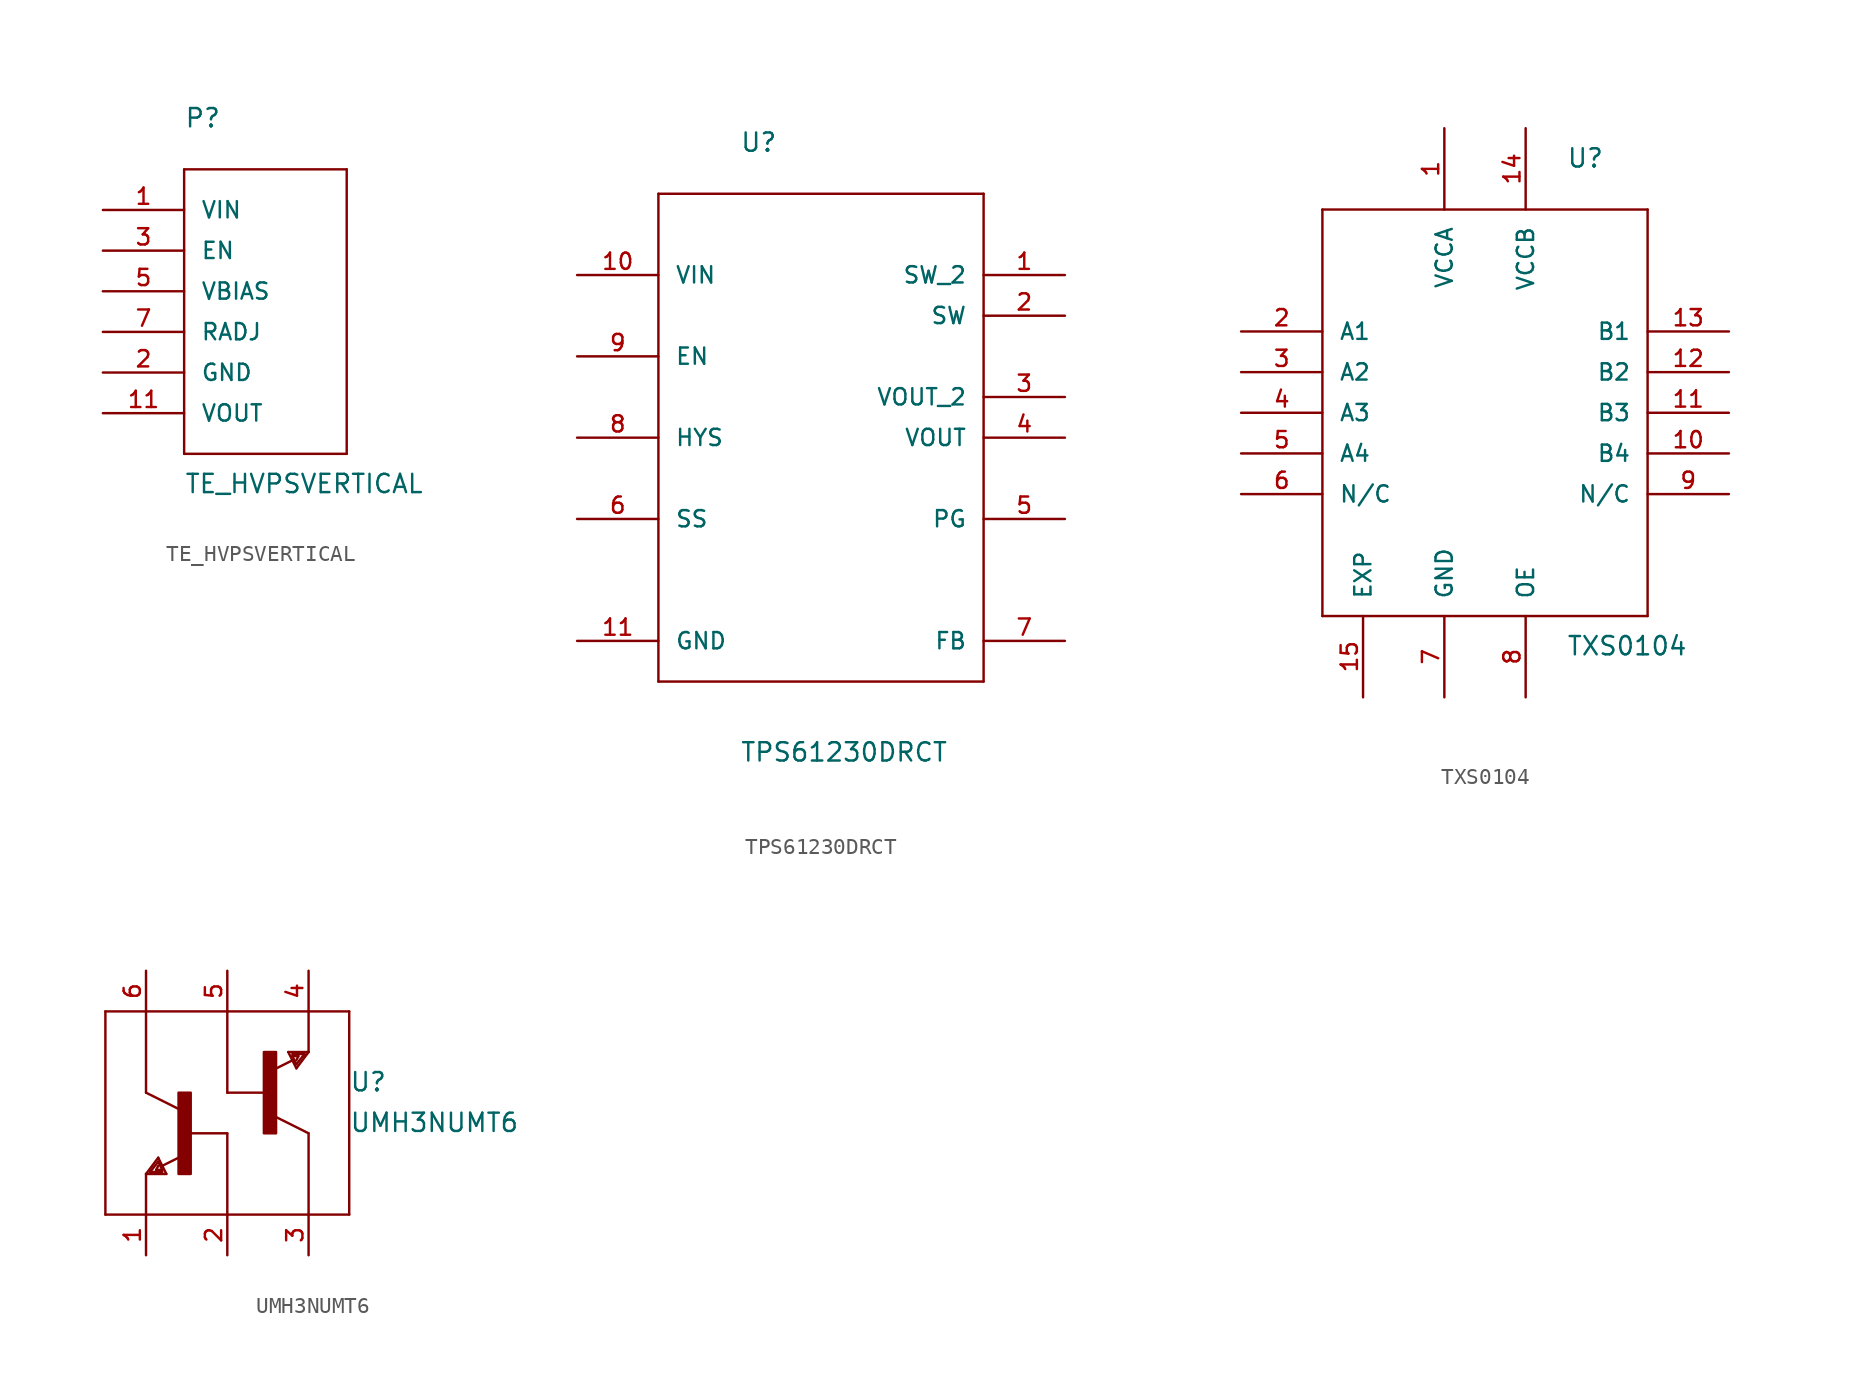
<source format=kicad_sym>
(kicad_symbol_lib
  (version 20241209)
  (generator "kicad_symbol_editor")
  (generator_version "9.0")
  (symbol "TE_HVPSVERTICAL"
    (pin_names
      (offset 1.016))
    (property "Reference" "P"
      (at -5.08 17.78 0)
      (effects (font (size 1.143 1.143)) (justify left bottom)))
    (property "Value" "TE_HVPSVERTICAL"
      (at -5.08 -5.08 0)
      (effects (font (size 1.143 1.143)) (justify left bottom)))
    (property "ki_locked" ""
      (at 0 0 0)
      (effects (font (size 1.27 1.27))))
    (symbol "TE_HVPSVERTICAL_1_0"
      (polyline (pts (xy -5.08 15.24) (xy -5.08 -2.54)) (stroke (width 0) (type solid)) (fill (type none)))
      (polyline (pts (xy -5.08 -2.54) (xy 5.08 -2.54)) (stroke (width 0) (type solid)) (fill (type none)))
      (polyline (pts (xy 5.08 15.24) (xy -5.08 15.24)) (stroke (width 0) (type solid)) (fill (type none)))
      (polyline (pts (xy 5.08 -2.54) (xy 5.08 15.24)) (stroke (width 0) (type solid)) (fill (type none))))
    (symbol "TE_HVPSVERTICAL_1_1"
      (pin power_in line (at -10.16 12.7 0) (length 5.08) (name "VIN" (effects (font (size 1.016 1.016)))) (number "1" (effects (font (size 1.016 1.016)))))
      (pin passive line (at -10.16 10.16 0) (length 5.08) (name "EN" (effects (font (size 1.016 1.016)))) (number "3" (effects (font (size 1.016 1.016)))))
      (pin power_in line (at -10.16 7.62 0) (length 5.08) (name "VBIAS" (effects (font (size 1.016 1.016)))) (number "5" (effects (font (size 1.016 1.016)))))
      (pin passive line (at -10.16 5.08 0) (length 5.08) (name "RADJ" (effects (font (size 1.016 1.016)))) (number "7" (effects (font (size 1.016 1.016)))))
      (pin power_in line (at -10.16 2.54 0) (length 5.08) (hide yes) (name "GND" (effects (font (size 1.016 1.016)))) (number "10" (effects (font (size 1.016 1.016)))))
      (pin power_in line (at -10.16 2.54 0) (length 5.08) (hide yes) (name "GND" (effects (font (size 1.016 1.016)))) (number "12" (effects (font (size 1.016 1.016)))))
      (pin power_in line (at -10.16 2.54 0) (length 5.08) (name "GND" (effects (font (size 1.016 1.016)))) (number "2" (effects (font (size 1.016 1.016)))))
      (pin power_in line (at -10.16 2.54 0) (length 5.08) (hide yes) (name "GND" (effects (font (size 1.016 1.016)))) (number "4" (effects (font (size 1.016 1.016)))))
      (pin power_in line (at -10.16 2.54 0) (length 5.08) (hide yes) (name "GND" (effects (font (size 1.016 1.016)))) (number "6" (effects (font (size 1.016 1.016)))))
      (pin power_in line (at -10.16 2.54 0) (length 5.08) (hide yes) (name "GND" (effects (font (size 1.016 1.016)))) (number "8" (effects (font (size 1.016 1.016)))))
      (pin power_in line (at -10.16 2.54 0) (length 5.08) (hide yes) (name "GND" (effects (font (size 1.016 1.016)))) (number "9" (effects (font (size 1.016 1.016)))))
      (pin power_in line (at -10.16 0 0) (length 5.08) (name "VOUT" (effects (font (size 1.016 1.016)))) (number "11" (effects (font (size 1.016 1.016)))))))
  (symbol "TPS61230DRCT"
    (pin_names
      (offset 1.016))
    (property "Reference" "U"
      (at -5.08 17.78 0)
      (effects (font (size 1.143 1.143)) (justify left bottom)))
    (property "Value" "TPS61230DRCT"
      (at -5.08 -20.32 0)
      (effects (font (size 1.143 1.143)) (justify left bottom)))
    (property "ki_locked" ""
      (at 0 0 0)
      (effects (font (size 1.27 1.27))))
    (symbol "TPS61230DRCT_1_0"
      (polyline (pts (xy -10.16 15.24) (xy -10.16 -15.24)) (stroke (width 0) (type solid)) (fill (type none)))
      (polyline (pts (xy -10.16 -15.24) (xy 10.16 -15.24)) (stroke (width 0) (type solid)) (fill (type none)))
      (polyline (pts (xy 10.16 15.24) (xy -10.16 15.24)) (stroke (width 0) (type solid)) (fill (type none)))
      (polyline (pts (xy 10.16 -15.24) (xy 10.16 15.24)) (stroke (width 0) (type solid)) (fill (type none))))
    (symbol "TPS61230DRCT_1_1"
      (pin power_in line (at -15.24 10.16 0) (length 5.08) (name "VIN" (effects (font (size 1.016 1.016)))) (number "10" (effects (font (size 1.016 1.016)))))
      (pin input line (at -15.24 5.08 0) (length 5.08) (name "EN" (effects (font (size 1.016 1.016)))) (number "9" (effects (font (size 1.016 1.016)))))
      (pin output line (at -15.24 0 0) (length 5.08) (name "HYS" (effects (font (size 1.016 1.016)))) (number "8" (effects (font (size 1.016 1.016)))))
      (pin input line (at -15.24 -5.08 0) (length 5.08) (name "SS" (effects (font (size 1.016 1.016)))) (number "6" (effects (font (size 1.016 1.016)))))
      (pin power_in line (at -15.24 -12.7 0) (length 5.08) (name "GND" (effects (font (size 1.016 1.016)))) (number "11" (effects (font (size 1.016 1.016)))))
      (pin power_in line (at 15.24 10.16 180) (length 5.08) (name "SW_2" (effects (font (size 1.016 1.016)))) (number "1" (effects (font (size 1.016 1.016)))))
      (pin power_in line (at 15.24 7.62 180) (length 5.08) (name "SW" (effects (font (size 1.016 1.016)))) (number "2" (effects (font (size 1.016 1.016)))))
      (pin power_in line (at 15.24 2.54 180) (length 5.08) (name "VOUT_2" (effects (font (size 1.016 1.016)))) (number "3" (effects (font (size 1.016 1.016)))))
      (pin power_in line (at 15.24 0 180) (length 5.08) (name "VOUT" (effects (font (size 1.016 1.016)))) (number "4" (effects (font (size 1.016 1.016)))))
      (pin output line (at 15.24 -5.08 180) (length 5.08) (name "PG" (effects (font (size 1.016 1.016)))) (number "5" (effects (font (size 1.016 1.016)))))
      (pin input line (at 15.24 -12.7 180) (length 5.08) (name "FB" (effects (font (size 1.016 1.016)))) (number "7" (effects (font (size 1.016 1.016)))))))
  (symbol "TXS0104"
    (pin_names
      (offset 1.016))
    (property "Reference" "U"
      (at 5.08 15.24 0)
      (effects (font (size 1.143 1.143)) (justify left bottom)))
    (property "Value" "TXS0104"
      (at 5.08 -15.24 0)
      (effects (font (size 1.143 1.143)) (justify left bottom)))
    (property "ki_locked" ""
      (at 0 0 0)
      (effects (font (size 1.27 1.27))))
    (symbol "TXS0104_1_0"
      (polyline (pts (xy -10.16 12.7) (xy -10.16 -12.7)) (stroke (width 0) (type solid)) (fill (type none)))
      (polyline (pts (xy -10.16 -12.7) (xy 10.16 -12.7)) (stroke (width 0) (type solid)) (fill (type none)))
      (polyline (pts (xy 10.16 12.7) (xy -10.16 12.7)) (stroke (width 0) (type solid)) (fill (type none)))
      (polyline (pts (xy 10.16 -12.7) (xy 10.16 12.7)) (stroke (width 0) (type solid)) (fill (type none))))
    (symbol "TXS0104_1_1"
      (pin passive line (at -15.24 5.08 0) (length 5.08) (name "A1" (effects (font (size 1.016 1.016)))) (number "2" (effects (font (size 1.016 1.016)))))
      (pin passive line (at -15.24 2.54 0) (length 5.08) (name "A2" (effects (font (size 1.016 1.016)))) (number "3" (effects (font (size 1.016 1.016)))))
      (pin passive line (at -15.24 0 0) (length 5.08) (name "A3" (effects (font (size 1.016 1.016)))) (number "4" (effects (font (size 1.016 1.016)))))
      (pin passive line (at -15.24 -2.54 0) (length 5.08) (name "A4" (effects (font (size 1.016 1.016)))) (number "5" (effects (font (size 1.016 1.016)))))
      (pin unspecified line (at -15.24 -5.08 0) (length 5.08) (name "N/C" (effects (font (size 1.016 1.016)))) (number "6" (effects (font (size 1.016 1.016)))))
      (pin power_in line (at -7.62 -17.78 90) (length 5.08) (name "EXP" (effects (font (size 1.016 1.016)))) (number "15" (effects (font (size 1.016 1.016)))))
      (pin power_in line (at -2.54 17.78 270) (length 5.08) (name "VCCA" (effects (font (size 1.016 1.016)))) (number "1" (effects (font (size 1.016 1.016)))))
      (pin power_in line (at -2.54 -17.78 90) (length 5.08) (name "GND" (effects (font (size 1.016 1.016)))) (number "7" (effects (font (size 1.016 1.016)))))
      (pin power_in line (at 2.54 17.78 270) (length 5.08) (name "VCCB" (effects (font (size 1.016 1.016)))) (number "14" (effects (font (size 1.016 1.016)))))
      (pin passive line (at 2.54 -17.78 90) (length 5.08) (name "OE" (effects (font (size 1.016 1.016)))) (number "8" (effects (font (size 1.016 1.016)))))
      (pin passive line (at 15.24 5.08 180) (length 5.08) (name "B1" (effects (font (size 1.016 1.016)))) (number "13" (effects (font (size 1.016 1.016)))))
      (pin passive line (at 15.24 2.54 180) (length 5.08) (name "B2" (effects (font (size 1.016 1.016)))) (number "12" (effects (font (size 1.016 1.016)))))
      (pin passive line (at 15.24 0 180) (length 5.08) (name "B3" (effects (font (size 1.016 1.016)))) (number "11" (effects (font (size 1.016 1.016)))))
      (pin passive line (at 15.24 -2.54 180) (length 5.08) (name "B4" (effects (font (size 1.016 1.016)))) (number "10" (effects (font (size 1.016 1.016)))))
      (pin unspecified line (at 15.24 -5.08 180) (length 5.08) (name "N/C" (effects (font (size 1.016 1.016)))) (number "9" (effects (font (size 1.016 1.016)))))))
  (symbol "UMH3NUMT6"
    (pin_names
      (offset 1.016)
      (hide yes))
    (property "Reference" "U"
      (at 2.54 0 0)
      (effects (font (size 1.143 1.143)) (justify left bottom)))
    (property "Value" "UMH3NUMT6"
      (at 2.54 -2.54 0)
      (effects (font (size 1.143 1.143)) (justify left bottom)))
    (property "ki_locked" ""
      (at 0 0 0)
      (effects (font (size 1.27 1.27))))
    (symbol "UMH3NUMT6_1_0"
      (polyline (pts (xy -12.7 5.08) (xy -12.7 -7.62)) (stroke (width 0) (type solid)) (fill (type none)))
      (polyline (pts (xy -12.7 5.08) (xy -10.16 5.08)) (stroke (width 0) (type solid)) (fill (type none)))
      (polyline (pts (xy -10.16 5.08) (xy -5.08 5.08)) (stroke (width 0) (type solid)) (fill (type none)))
      (polyline (pts (xy -10.16 0) (xy -10.16 5.08)) (stroke (width 0) (type solid)) (fill (type none)))
      (polyline (pts (xy -10.16 0) (xy -8.128 -1.016)) (stroke (width 0) (type solid)) (fill (type none)))
      (polyline (pts (xy -10.16 -5.08) (xy -10.16 -7.62)) (stroke (width 0) (type solid)) (fill (type none)))
      (polyline (pts (xy -10.16 -5.08) (xy -8.89 -5.08)) (stroke (width 0) (type solid)) (fill (type none)))
      (polyline (pts (xy -10.16 -7.62) (xy -12.7 -7.62)) (stroke (width 0) (type solid)) (fill (type none)))
      (polyline (pts (xy -9.906 -4.953) (xy -9.398 -4.318)) (stroke (width 0) (type solid)) (fill (type none)))
      (polyline (pts (xy -9.525 -4.826) (xy -9.398 -4.572)) (stroke (width 0) (type solid)) (fill (type none)))
      (polyline (pts (xy -9.398 -4.064) (xy -10.16 -5.08)) (stroke (width 0) (type solid)) (fill (type none)))
      (polyline (pts (xy -9.398 -4.318) (xy -9.144 -4.826)) (stroke (width 0) (type solid)) (fill (type none)))
      (polyline (pts (xy -9.144 -4.572) (xy -7.925 -3.962)) (stroke (width 0) (type solid)) (fill (type none)))
      (polyline (pts (xy -9.144 -4.826) (xy -9.525 -4.826)) (stroke (width 0) (type solid)) (fill (type none)))
      (polyline (pts (xy -9.144 -4.953) (xy -9.906 -4.953)) (stroke (width 0) (type solid)) (fill (type none)))
      (polyline (pts (xy -8.89 -5.08) (xy -9.398 -4.064)) (stroke (width 0) (type solid)) (fill (type none)))
      (polyline (pts (xy -7.62 -2.54) (xy -5.08 -2.54)) (stroke (width 0) (type solid)) (fill (type none)))
      (polyline (pts (xy -5.08 5.08) (xy 0 5.08)) (stroke (width 0) (type solid)) (fill (type none)))
      (polyline (pts (xy -5.08 0) (xy -5.08 5.08)) (stroke (width 0) (type solid)) (fill (type none)))
      (polyline (pts (xy -5.08 -2.54) (xy -5.08 -7.62)) (stroke (width 0) (type solid)) (fill (type none)))
      (polyline (pts (xy -5.08 -7.62) (xy -10.16 -7.62)) (stroke (width 0) (type solid)) (fill (type none)))
      (polyline (pts (xy -2.54 0) (xy -5.08 0)) (stroke (width 0) (type solid)) (fill (type none)))
      (polyline (pts (xy -1.27 2.54) (xy -0.762 1.524)) (stroke (width 0) (type solid)) (fill (type none)))
      (polyline (pts (xy -1.016 2.413) (xy -0.254 2.413)) (stroke (width 0) (type solid)) (fill (type none)))
      (polyline (pts (xy -1.016 2.286) (xy -0.635 2.286)) (stroke (width 0) (type solid)) (fill (type none)))
      (polyline (pts (xy -0.991 2.032) (xy -2.21 1.422)) (stroke (width 0) (type solid)) (fill (type none)))
      (polyline (pts (xy -0.762 1.778) (xy -1.016 2.286)) (stroke (width 0) (type solid)) (fill (type none)))
      (polyline (pts (xy -0.762 1.524) (xy 0 2.54)) (stroke (width 0) (type solid)) (fill (type none)))
      (polyline (pts (xy -0.635 2.286) (xy -0.762 2.032)) (stroke (width 0) (type solid)) (fill (type none)))
      (polyline (pts (xy -0.254 2.413) (xy -0.762 1.778)) (stroke (width 0) (type solid)) (fill (type none)))
      (polyline (pts (xy 0 5.08) (xy 0 2.54)) (stroke (width 0) (type solid)) (fill (type none)))
      (polyline (pts (xy 0 5.08) (xy 2.54 5.08)) (stroke (width 0) (type solid)) (fill (type none)))
      (polyline (pts (xy 0 2.54) (xy -1.27 2.54)) (stroke (width 0) (type solid)) (fill (type none)))
      (polyline (pts (xy 0 -2.54) (xy -2.032 -1.524)) (stroke (width 0) (type solid)) (fill (type none)))
      (polyline (pts (xy 0 -2.54) (xy 0 -7.62)) (stroke (width 0) (type solid)) (fill (type none)))
      (polyline (pts (xy 0 -7.62) (xy -5.08 -7.62)) (stroke (width 0) (type solid)) (fill (type none)))
      (polyline (pts (xy 2.54 5.08) (xy 2.54 -7.62)) (stroke (width 0) (type solid)) (fill (type none)))
      (polyline (pts (xy 2.54 -7.62) (xy 0 -7.62)) (stroke (width 0) (type solid)) (fill (type none))))
    (symbol "UMH3NUMT6_1_1"
      (rectangle (start -8.128 -5.08) (end -7.366 0) (stroke (width 0) (type solid)) (fill (type outline)))
      (rectangle (start -2.794 -2.54) (end -2.032 2.54) (stroke (width 0) (type solid)) (fill (type outline)))
      (pin input line (at -10.16 7.62 270) (length 2.54) (name "C1" (effects (font (size 1.016 1.016)))) (number "6" (effects (font (size 1.016 1.016)))))
      (pin output line (at -10.16 -10.16 90) (length 2.54) (name "E1" (effects (font (size 1.016 1.016)))) (number "1" (effects (font (size 1.016 1.016)))))
      (pin input line (at -5.08 7.62 270) (length 2.54) (name "B2" (effects (font (size 1.016 1.016)))) (number "5" (effects (font (size 1.016 1.016)))))
      (pin input line (at -5.08 -10.16 90) (length 2.54) (name "B1" (effects (font (size 1.016 1.016)))) (number "2" (effects (font (size 1.016 1.016)))))
      (pin output line (at 0 7.62 270) (length 2.54) (name "E2" (effects (font (size 1.016 1.016)))) (number "4" (effects (font (size 1.016 1.016)))))
      (pin input line (at 0 -10.16 90) (length 2.54) (name "C2" (effects (font (size 1.016 1.016)))) (number "3" (effects (font (size 1.016 1.016))))))))
</source>
